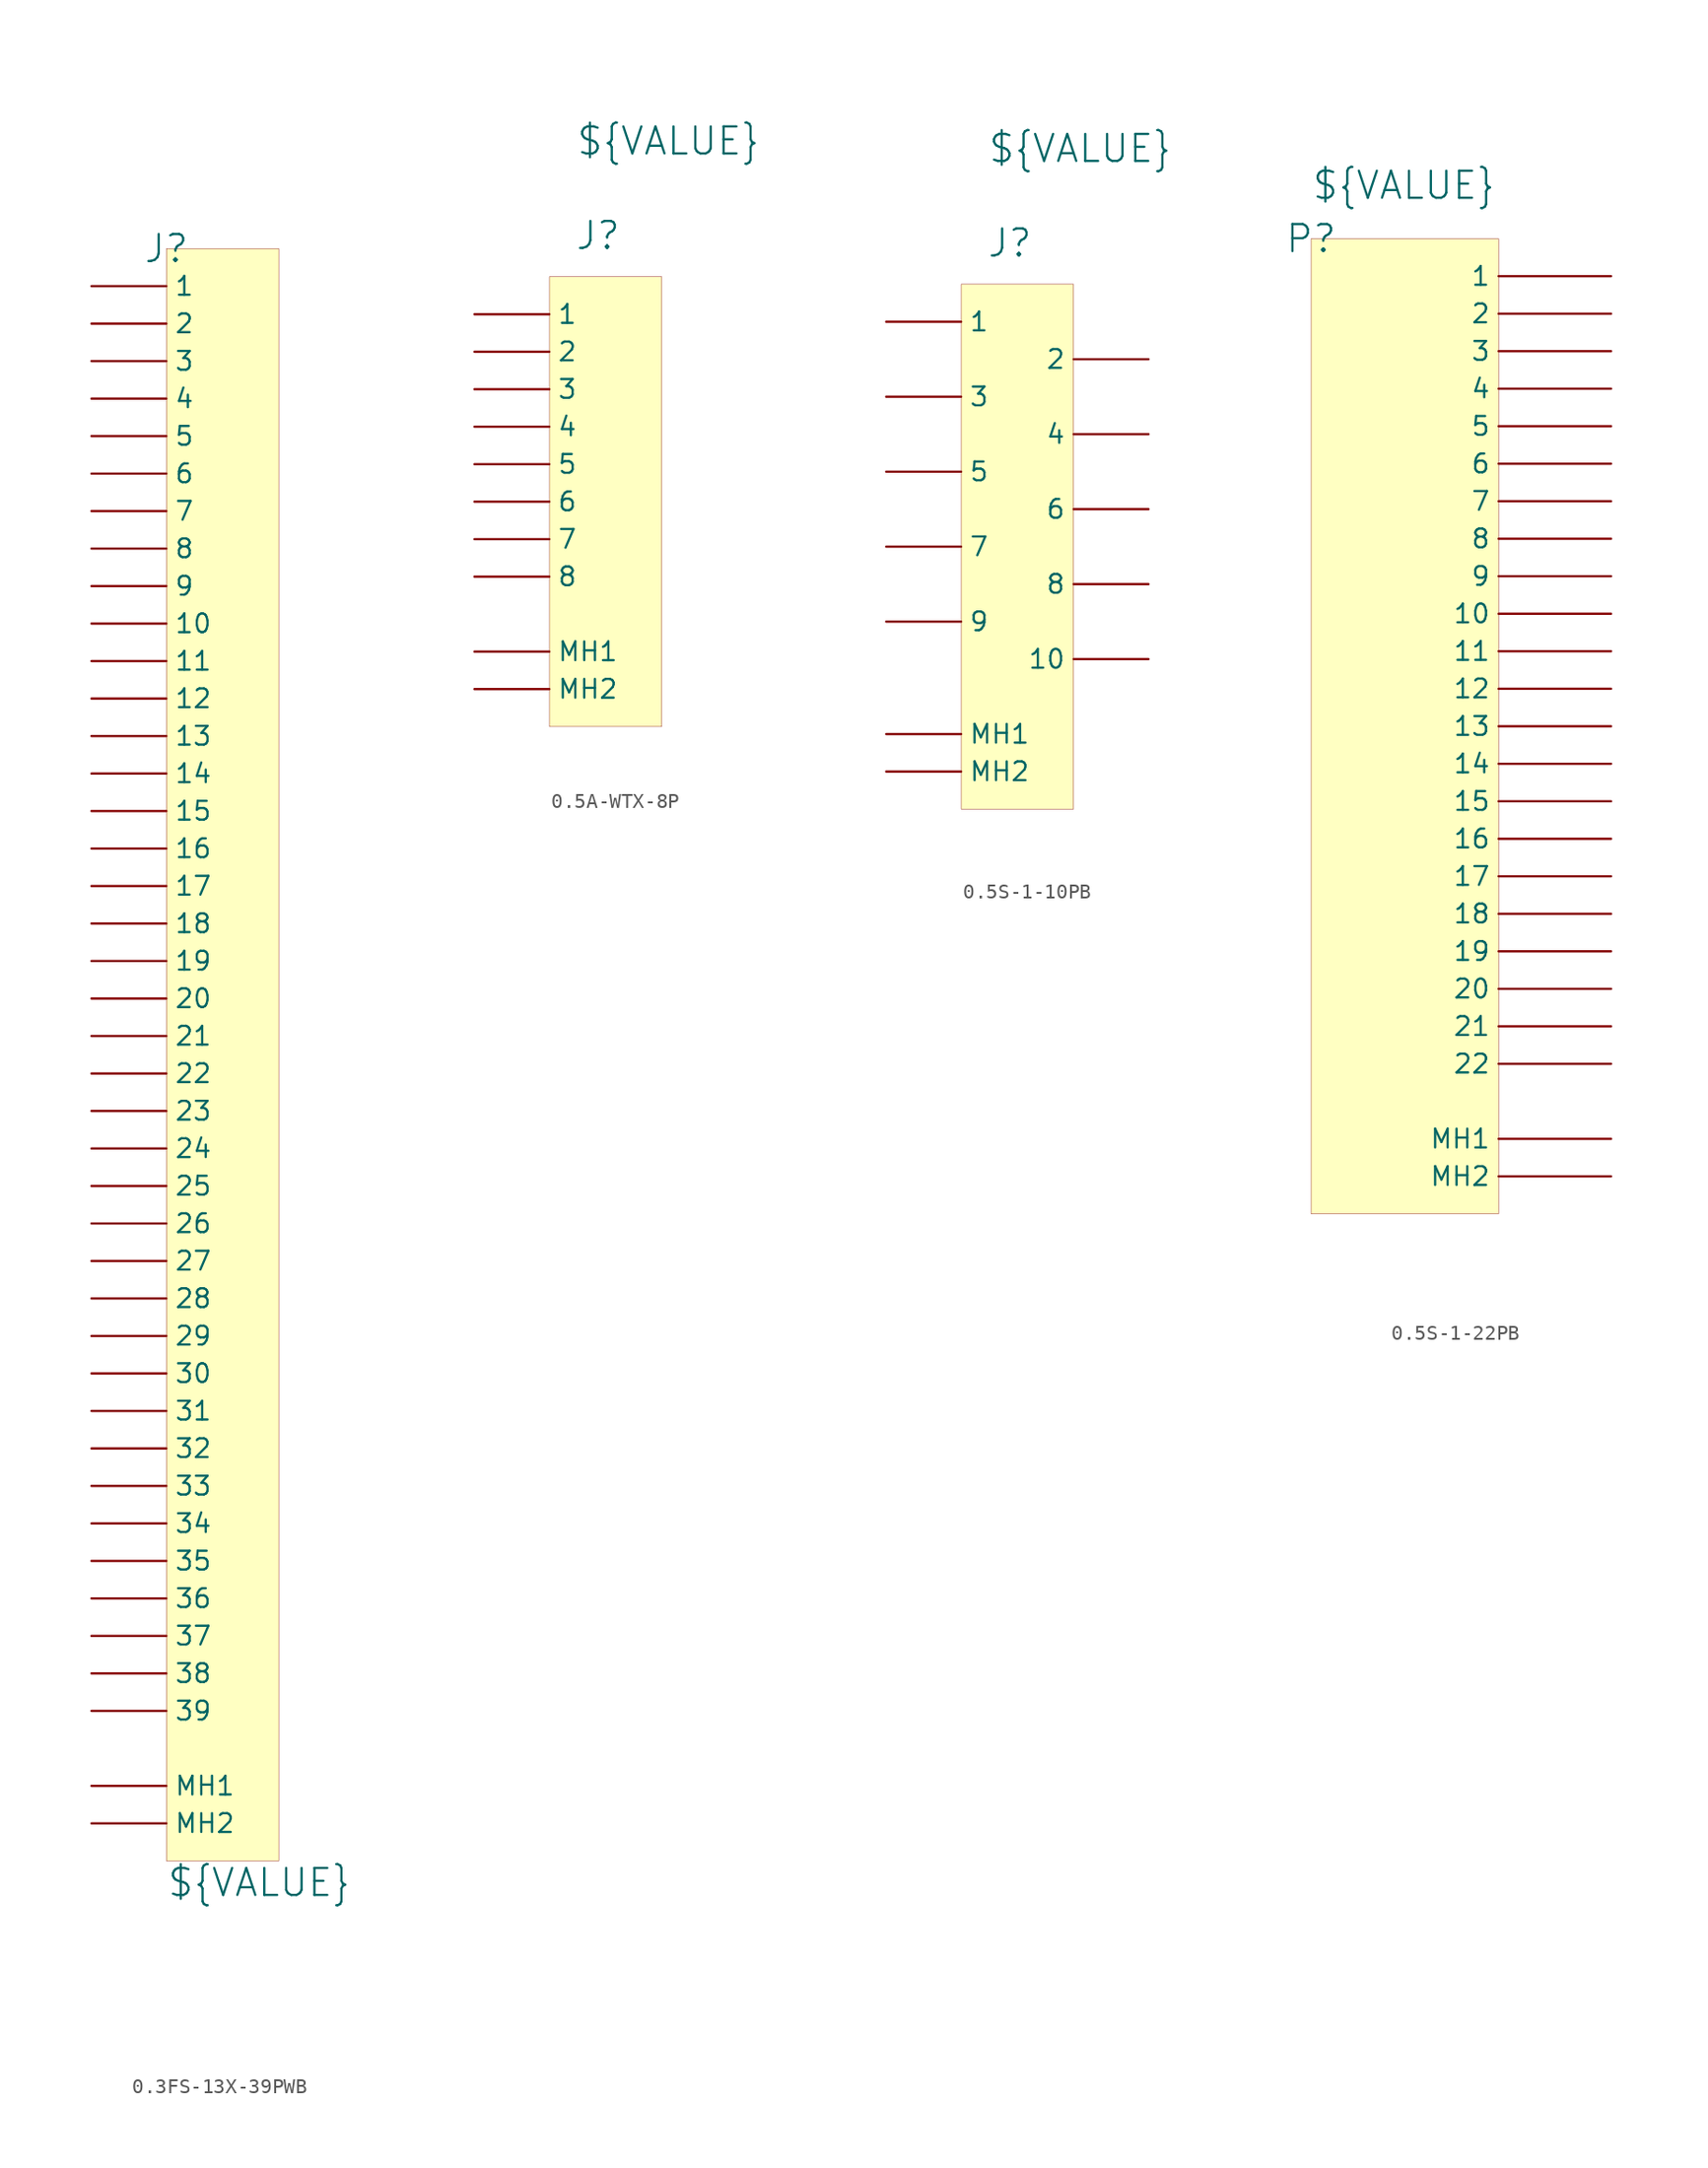
<source format=kicad_sym>
(kicad_symbol_lib
  (version 20241209)
  (generator "kicad_symbol_editor")
  (generator_version "9.0")
  (symbol "0.3FS-13X-39PWB"
    (pin_numbers
      (hide yes))
    (property "Reference" "J"
      (at 0 0 0)
      (effects (font (size 1.829 1.829))))
    (property "Value" "${VALUE}"
      (at 0 -111.76 0)
      (effects (font (size 1.829 1.829)) (justify left bottom)))
    (symbol "0.3FS-13X-39PWB_1_0"
      (rectangle (start 7.62 0) (end 0 -109.22) (stroke (width 0.025) (type solid) (color 128 0 0 1)) (fill (type background)))
      (pin passive line (at -5.08 -2.54 0) (length 5.08) (name "1" (effects (font (size 1.27 1.27)))) (number "1" (effects (font (size 1.27 1.27)))))
      (pin passive line (at -5.08 -5.08 0) (length 5.08) (name "2" (effects (font (size 1.27 1.27)))) (number "2" (effects (font (size 1.27 1.27)))))
      (pin passive line (at -5.08 -7.62 0) (length 5.08) (name "3" (effects (font (size 1.27 1.27)))) (number "3" (effects (font (size 1.27 1.27)))))
      (pin passive line (at -5.08 -10.16 0) (length 5.08) (name "4" (effects (font (size 1.27 1.27)))) (number "4" (effects (font (size 1.27 1.27)))))
      (pin passive line (at -5.08 -12.7 0) (length 5.08) (name "5" (effects (font (size 1.27 1.27)))) (number "5" (effects (font (size 1.27 1.27)))))
      (pin passive line (at -5.08 -15.24 0) (length 5.08) (name "6" (effects (font (size 1.27 1.27)))) (number "6" (effects (font (size 1.27 1.27)))))
      (pin passive line (at -5.08 -17.78 0) (length 5.08) (name "7" (effects (font (size 1.27 1.27)))) (number "7" (effects (font (size 1.27 1.27)))))
      (pin passive line (at -5.08 -20.32 0) (length 5.08) (name "8" (effects (font (size 1.27 1.27)))) (number "8" (effects (font (size 1.27 1.27)))))
      (pin passive line (at -5.08 -22.86 0) (length 5.08) (name "9" (effects (font (size 1.27 1.27)))) (number "9" (effects (font (size 1.27 1.27)))))
      (pin passive line (at -5.08 -25.4 0) (length 5.08) (name "10" (effects (font (size 1.27 1.27)))) (number "10" (effects (font (size 1.27 1.27)))))
      (pin passive line (at -5.08 -27.94 0) (length 5.08) (name "11" (effects (font (size 1.27 1.27)))) (number "11" (effects (font (size 1.27 1.27)))))
      (pin passive line (at -5.08 -30.48 0) (length 5.08) (name "12" (effects (font (size 1.27 1.27)))) (number "12" (effects (font (size 1.27 1.27)))))
      (pin passive line (at -5.08 -33.02 0) (length 5.08) (name "13" (effects (font (size 1.27 1.27)))) (number "13" (effects (font (size 1.27 1.27)))))
      (pin passive line (at -5.08 -35.56 0) (length 5.08) (name "14" (effects (font (size 1.27 1.27)))) (number "14" (effects (font (size 1.27 1.27)))))
      (pin passive line (at -5.08 -38.1 0) (length 5.08) (name "15" (effects (font (size 1.27 1.27)))) (number "15" (effects (font (size 1.27 1.27)))))
      (pin passive line (at -5.08 -40.64 0) (length 5.08) (name "16" (effects (font (size 1.27 1.27)))) (number "16" (effects (font (size 1.27 1.27)))))
      (pin passive line (at -5.08 -43.18 0) (length 5.08) (name "17" (effects (font (size 1.27 1.27)))) (number "17" (effects (font (size 1.27 1.27)))))
      (pin passive line (at -5.08 -45.72 0) (length 5.08) (name "18" (effects (font (size 1.27 1.27)))) (number "18" (effects (font (size 1.27 1.27)))))
      (pin passive line (at -5.08 -48.26 0) (length 5.08) (name "19" (effects (font (size 1.27 1.27)))) (number "19" (effects (font (size 1.27 1.27)))))
      (pin passive line (at -5.08 -50.8 0) (length 5.08) (name "20" (effects (font (size 1.27 1.27)))) (number "20" (effects (font (size 1.27 1.27)))))
      (pin passive line (at -5.08 -53.34 0) (length 5.08) (name "21" (effects (font (size 1.27 1.27)))) (number "21" (effects (font (size 1.27 1.27)))))
      (pin passive line (at -5.08 -55.88 0) (length 5.08) (name "22" (effects (font (size 1.27 1.27)))) (number "22" (effects (font (size 1.27 1.27)))))
      (pin passive line (at -5.08 -58.42 0) (length 5.08) (name "23" (effects (font (size 1.27 1.27)))) (number "23" (effects (font (size 1.27 1.27)))))
      (pin passive line (at -5.08 -60.96 0) (length 5.08) (name "24" (effects (font (size 1.27 1.27)))) (number "24" (effects (font (size 1.27 1.27)))))
      (pin passive line (at -5.08 -63.5 0) (length 5.08) (name "25" (effects (font (size 1.27 1.27)))) (number "25" (effects (font (size 1.27 1.27)))))
      (pin passive line (at -5.08 -66.04 0) (length 5.08) (name "26" (effects (font (size 1.27 1.27)))) (number "26" (effects (font (size 1.27 1.27)))))
      (pin passive line (at -5.08 -68.58 0) (length 5.08) (name "27" (effects (font (size 1.27 1.27)))) (number "27" (effects (font (size 1.27 1.27)))))
      (pin passive line (at -5.08 -71.12 0) (length 5.08) (name "28" (effects (font (size 1.27 1.27)))) (number "28" (effects (font (size 1.27 1.27)))))
      (pin passive line (at -5.08 -73.66 0) (length 5.08) (name "29" (effects (font (size 1.27 1.27)))) (number "29" (effects (font (size 1.27 1.27)))))
      (pin passive line (at -5.08 -76.2 0) (length 5.08) (name "30" (effects (font (size 1.27 1.27)))) (number "30" (effects (font (size 1.27 1.27)))))
      (pin passive line (at -5.08 -78.74 0) (length 5.08) (name "31" (effects (font (size 1.27 1.27)))) (number "31" (effects (font (size 1.27 1.27)))))
      (pin passive line (at -5.08 -81.28 0) (length 5.08) (name "32" (effects (font (size 1.27 1.27)))) (number "32" (effects (font (size 1.27 1.27)))))
      (pin passive line (at -5.08 -83.82 0) (length 5.08) (name "33" (effects (font (size 1.27 1.27)))) (number "33" (effects (font (size 1.27 1.27)))))
      (pin passive line (at -5.08 -86.36 0) (length 5.08) (name "34" (effects (font (size 1.27 1.27)))) (number "34" (effects (font (size 1.27 1.27)))))
      (pin passive line (at -5.08 -88.9 0) (length 5.08) (name "35" (effects (font (size 1.27 1.27)))) (number "35" (effects (font (size 1.27 1.27)))))
      (pin passive line (at -5.08 -91.44 0) (length 5.08) (name "36" (effects (font (size 1.27 1.27)))) (number "36" (effects (font (size 1.27 1.27)))))
      (pin passive line (at -5.08 -93.98 0) (length 5.08) (name "37" (effects (font (size 1.27 1.27)))) (number "37" (effects (font (size 1.27 1.27)))))
      (pin passive line (at -5.08 -96.52 0) (length 5.08) (name "38" (effects (font (size 1.27 1.27)))) (number "38" (effects (font (size 1.27 1.27)))))
      (pin passive line (at -5.08 -99.06 0) (length 5.08) (name "39" (effects (font (size 1.27 1.27)))) (number "39" (effects (font (size 1.27 1.27)))))
      (pin passive line (at -5.08 -104.14 0) (length 5.08) (name "MH1" (effects (font (size 1.27 1.27)))) (number "MH1" (effects (font (size 1.27 1.27)))))
      (pin passive line (at -5.08 -106.68 0) (length 5.08) (name "MH2" (effects (font (size 1.27 1.27)))) (number "MH2" (effects (font (size 1.27 1.27)))))))
  (symbol "0.5A-WTX-8P"
    (pin_numbers
      (hide yes))
    (property "Reference" "J"
      (at 3.302 2.794 0)
      (effects (font (size 1.829 1.829))))
    (property "Value" "${VALUE}"
      (at 1.778 8.128 0)
      (effects (font (size 1.829 1.829)) (justify left bottom)))
    (symbol "0.5A-WTX-8P_1_0"
      (rectangle (start 7.62 0) (end 0 -30.48) (stroke (width 0.025) (type solid) (color 128 0 0 1)) (fill (type background)))
      (pin passive line (at -5.08 -2.54 0) (length 5.08) (name "1" (effects (font (size 1.27 1.27)))) (number "1" (effects (font (size 1.27 1.27)))))
      (pin passive line (at -5.08 -5.08 0) (length 5.08) (name "2" (effects (font (size 1.27 1.27)))) (number "2" (effects (font (size 1.27 1.27)))))
      (pin passive line (at -5.08 -7.62 0) (length 5.08) (name "3" (effects (font (size 1.27 1.27)))) (number "3" (effects (font (size 1.27 1.27)))))
      (pin passive line (at -5.08 -10.16 0) (length 5.08) (name "4" (effects (font (size 1.27 1.27)))) (number "4" (effects (font (size 1.27 1.27)))))
      (pin passive line (at -5.08 -12.7 0) (length 5.08) (name "5" (effects (font (size 1.27 1.27)))) (number "5" (effects (font (size 1.27 1.27)))))
      (pin passive line (at -5.08 -15.24 0) (length 5.08) (name "6" (effects (font (size 1.27 1.27)))) (number "6" (effects (font (size 1.27 1.27)))))
      (pin passive line (at -5.08 -17.78 0) (length 5.08) (name "7" (effects (font (size 1.27 1.27)))) (number "7" (effects (font (size 1.27 1.27)))))
      (pin passive line (at -5.08 -20.32 0) (length 5.08) (name "8" (effects (font (size 1.27 1.27)))) (number "8" (effects (font (size 1.27 1.27)))))
      (pin passive line (at -5.08 -25.4 0) (length 5.08) (name "MH1" (effects (font (size 1.27 1.27)))) (number "MH1" (effects (font (size 1.27 1.27)))))
      (pin passive line (at -5.08 -27.94 0) (length 5.08) (name "MH2" (effects (font (size 1.27 1.27)))) (number "MH2" (effects (font (size 1.27 1.27)))))))
  (symbol "0.5S-1-10PB"
    (pin_numbers
      (hide yes))
    (property "Reference" "J"
      (at 3.302 2.794 0)
      (effects (font (size 1.829 1.829))))
    (property "Value" "${VALUE}"
      (at 1.778 8.128 0)
      (effects (font (size 1.829 1.829)) (justify left bottom)))
    (symbol "0.5S-1-10PB_1_0"
      (rectangle (start 7.62 0) (end 0 -35.56) (stroke (width 0.025) (type solid) (color 128 0 0 1)) (fill (type background)))
      (pin passive line (at -5.08 -2.54 0) (length 5.08) (name "1" (effects (font (size 1.27 1.27)))) (number "1" (effects (font (size 1.27 1.27)))))
      (pin passive line (at -5.08 -7.62 0) (length 5.08) (name "3" (effects (font (size 1.27 1.27)))) (number "3" (effects (font (size 1.27 1.27)))))
      (pin passive line (at -5.08 -12.7 0) (length 5.08) (name "5" (effects (font (size 1.27 1.27)))) (number "5" (effects (font (size 1.27 1.27)))))
      (pin passive line (at -5.08 -17.78 0) (length 5.08) (name "7" (effects (font (size 1.27 1.27)))) (number "7" (effects (font (size 1.27 1.27)))))
      (pin passive line (at -5.08 -22.86 0) (length 5.08) (name "9" (effects (font (size 1.27 1.27)))) (number "9" (effects (font (size 1.27 1.27)))))
      (pin passive line (at -5.08 -30.48 0) (length 5.08) (name "MH1" (effects (font (size 1.27 1.27)))) (number "MH1" (effects (font (size 1.27 1.27)))))
      (pin passive line (at -5.08 -33.02 0) (length 5.08) (name "MH2" (effects (font (size 1.27 1.27)))) (number "MH2" (effects (font (size 1.27 1.27)))))
      (pin passive line (at 12.7 -5.08 180) (length 5.08) (name "2" (effects (font (size 1.27 1.27)))) (number "2" (effects (font (size 1.27 1.27)))))
      (pin passive line (at 12.7 -10.16 180) (length 5.08) (name "4" (effects (font (size 1.27 1.27)))) (number "4" (effects (font (size 1.27 1.27)))))
      (pin passive line (at 12.7 -15.24 180) (length 5.08) (name "6" (effects (font (size 1.27 1.27)))) (number "6" (effects (font (size 1.27 1.27)))))
      (pin passive line (at 12.7 -20.32 180) (length 5.08) (name "8" (effects (font (size 1.27 1.27)))) (number "8" (effects (font (size 1.27 1.27)))))
      (pin passive line (at 12.7 -25.4 180) (length 5.08) (name "10" (effects (font (size 1.27 1.27)))) (number "10" (effects (font (size 1.27 1.27)))))))
  (symbol "0.5S-1-22PB"
    (pin_numbers
      (hide yes))
    (property "Reference" "P"
      (at 0 0 0)
      (effects (font (size 1.829 1.829))))
    (property "Value" "${VALUE}"
      (at 0 2.54 0)
      (effects (font (size 1.829 1.829)) (justify left bottom)))
    (symbol "0.5S-1-22PB_1_0"
      (rectangle (start 12.7 0) (end 0 -66.04) (stroke (width 0.025) (type solid) (color 128 0 0 1)) (fill (type background)))
      (pin passive line (at 20.32 -2.54 180) (length 7.62) (name "1" (effects (font (size 1.27 1.27)))) (number "1" (effects (font (size 1.27 1.27)))))
      (pin passive line (at 20.32 -5.08 180) (length 7.62) (name "2" (effects (font (size 1.27 1.27)))) (number "2" (effects (font (size 1.27 1.27)))))
      (pin passive line (at 20.32 -7.62 180) (length 7.62) (name "3" (effects (font (size 1.27 1.27)))) (number "3" (effects (font (size 1.27 1.27)))))
      (pin passive line (at 20.32 -10.16 180) (length 7.62) (name "4" (effects (font (size 1.27 1.27)))) (number "4" (effects (font (size 1.27 1.27)))))
      (pin passive line (at 20.32 -12.7 180) (length 7.62) (name "5" (effects (font (size 1.27 1.27)))) (number "5" (effects (font (size 1.27 1.27)))))
      (pin passive line (at 20.32 -15.24 180) (length 7.62) (name "6" (effects (font (size 1.27 1.27)))) (number "6" (effects (font (size 1.27 1.27)))))
      (pin passive line (at 20.32 -17.78 180) (length 7.62) (name "7" (effects (font (size 1.27 1.27)))) (number "7" (effects (font (size 1.27 1.27)))))
      (pin passive line (at 20.32 -20.32 180) (length 7.62) (name "8" (effects (font (size 1.27 1.27)))) (number "8" (effects (font (size 1.27 1.27)))))
      (pin passive line (at 20.32 -22.86 180) (length 7.62) (name "9" (effects (font (size 1.27 1.27)))) (number "9" (effects (font (size 1.27 1.27)))))
      (pin passive line (at 20.32 -25.4 180) (length 7.62) (name "10" (effects (font (size 1.27 1.27)))) (number "10" (effects (font (size 1.27 1.27)))))
      (pin passive line (at 20.32 -27.94 180) (length 7.62) (name "11" (effects (font (size 1.27 1.27)))) (number "11" (effects (font (size 1.27 1.27)))))
      (pin passive line (at 20.32 -30.48 180) (length 7.62) (name "12" (effects (font (size 1.27 1.27)))) (number "12" (effects (font (size 1.27 1.27)))))
      (pin passive line (at 20.32 -33.02 180) (length 7.62) (name "13" (effects (font (size 1.27 1.27)))) (number "13" (effects (font (size 1.27 1.27)))))
      (pin passive line (at 20.32 -35.56 180) (length 7.62) (name "14" (effects (font (size 1.27 1.27)))) (number "14" (effects (font (size 1.27 1.27)))))
      (pin passive line (at 20.32 -38.1 180) (length 7.62) (name "15" (effects (font (size 1.27 1.27)))) (number "15" (effects (font (size 1.27 1.27)))))
      (pin passive line (at 20.32 -40.64 180) (length 7.62) (name "16" (effects (font (size 1.27 1.27)))) (number "16" (effects (font (size 1.27 1.27)))))
      (pin passive line (at 20.32 -43.18 180) (length 7.62) (name "17" (effects (font (size 1.27 1.27)))) (number "17" (effects (font (size 1.27 1.27)))))
      (pin passive line (at 20.32 -45.72 180) (length 7.62) (name "18" (effects (font (size 1.27 1.27)))) (number "18" (effects (font (size 1.27 1.27)))))
      (pin passive line (at 20.32 -48.26 180) (length 7.62) (name "19" (effects (font (size 1.27 1.27)))) (number "19" (effects (font (size 1.27 1.27)))))
      (pin passive line (at 20.32 -50.8 180) (length 7.62) (name "20" (effects (font (size 1.27 1.27)))) (number "20" (effects (font (size 1.27 1.27)))))
      (pin passive line (at 20.32 -53.34 180) (length 7.62) (name "21" (effects (font (size 1.27 1.27)))) (number "21" (effects (font (size 1.27 1.27)))))
      (pin passive line (at 20.32 -55.88 180) (length 7.62) (name "22" (effects (font (size 1.27 1.27)))) (number "22" (effects (font (size 1.27 1.27)))))
      (pin passive line (at 20.32 -60.96 180) (length 7.62) (name "MH1" (effects (font (size 1.27 1.27)))) (number "MH1" (effects (font (size 1.27 1.27)))))
      (pin passive line (at 20.32 -63.5 180) (length 7.62) (name "MH2" (effects (font (size 1.27 1.27)))) (number "MH2" (effects (font (size 1.27 1.27))))))))
</source>
